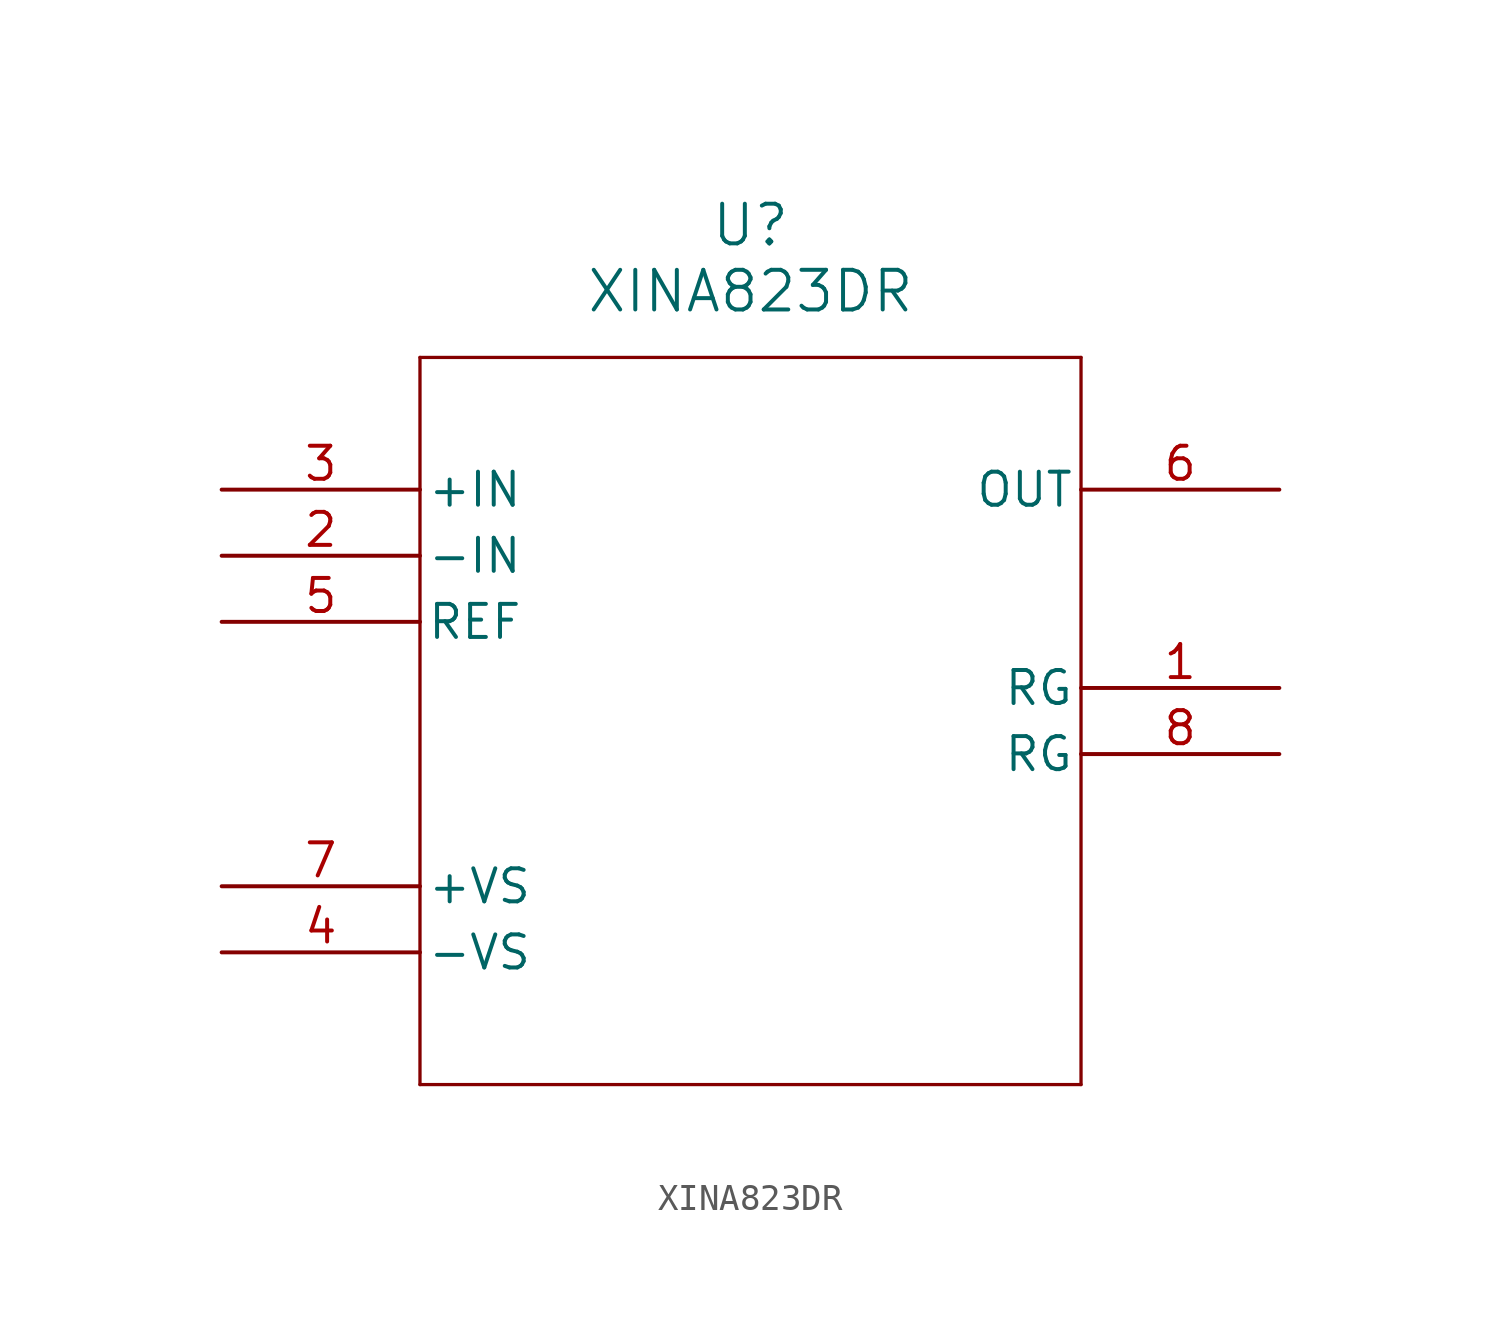
<source format=kicad_sym>
(kicad_symbol_lib
  (version 20211014)
  (generator kicad_symbol_editor)
  (symbol "XINA823DR"
    (pin_names
      (offset 0.254))
    (property "Reference" "U"
      (at 20.32 10.16 0)
      (effects (font (size 1.524 1.524))))
    (property "Value" "XINA823DR"
      (at 20.32 7.62 0)
      (effects (font (size 1.524 1.524))))
    (symbol "XINA823DR_0_1"
      (polyline (pts (xy 7.62 5.08) (xy 7.62 -22.86)) (stroke (width 0.127) (type default) (color 0 0 0 0)) (fill (type none)))
      (polyline (pts (xy 7.62 -22.86) (xy 33.02 -22.86)) (stroke (width 0.127) (type default) (color 0 0 0 0)) (fill (type none)))
      (polyline (pts (xy 33.02 -22.86) (xy 33.02 5.08)) (stroke (width 0.127) (type default) (color 0 0 0 0)) (fill (type none)))
      (polyline (pts (xy 33.02 5.08) (xy 7.62 5.08)) (stroke (width 0.127) (type default) (color 0 0 0 0)) (fill (type none)))
      (pin unspecified line (at 40.64 -7.62 180) (length 7.62) (name "RG" (effects (font (size 1.27 1.27)))) (number "1" (effects (font (size 1.27 1.27)))))
      (pin input line (at 0 -2.54 0) (length 7.62) (name "-IN" (effects (font (size 1.27 1.27)))) (number "2" (effects (font (size 1.27 1.27)))))
      (pin input line (at 0 0 0) (length 7.62) (name "+IN" (effects (font (size 1.27 1.27)))) (number "3" (effects (font (size 1.27 1.27)))))
      (pin power_in line (at 0 -17.78 0) (length 7.62) (name "-VS" (effects (font (size 1.27 1.27)))) (number "4" (effects (font (size 1.27 1.27)))))
      (pin input line (at 0 -5.08 0) (length 7.62) (name "REF" (effects (font (size 1.27 1.27)))) (number "5" (effects (font (size 1.27 1.27)))))
      (pin output line (at 40.64 0 180) (length 7.62) (name "OUT" (effects (font (size 1.27 1.27)))) (number "6" (effects (font (size 1.27 1.27)))))
      (pin power_in line (at 0 -15.24 0) (length 7.62) (name "+VS" (effects (font (size 1.27 1.27)))) (number "7" (effects (font (size 1.27 1.27)))))
      (pin unspecified line (at 40.64 -10.16 180) (length 7.62) (name "RG" (effects (font (size 1.27 1.27)))) (number "8" (effects (font (size 1.27 1.27))))))))
</source>
